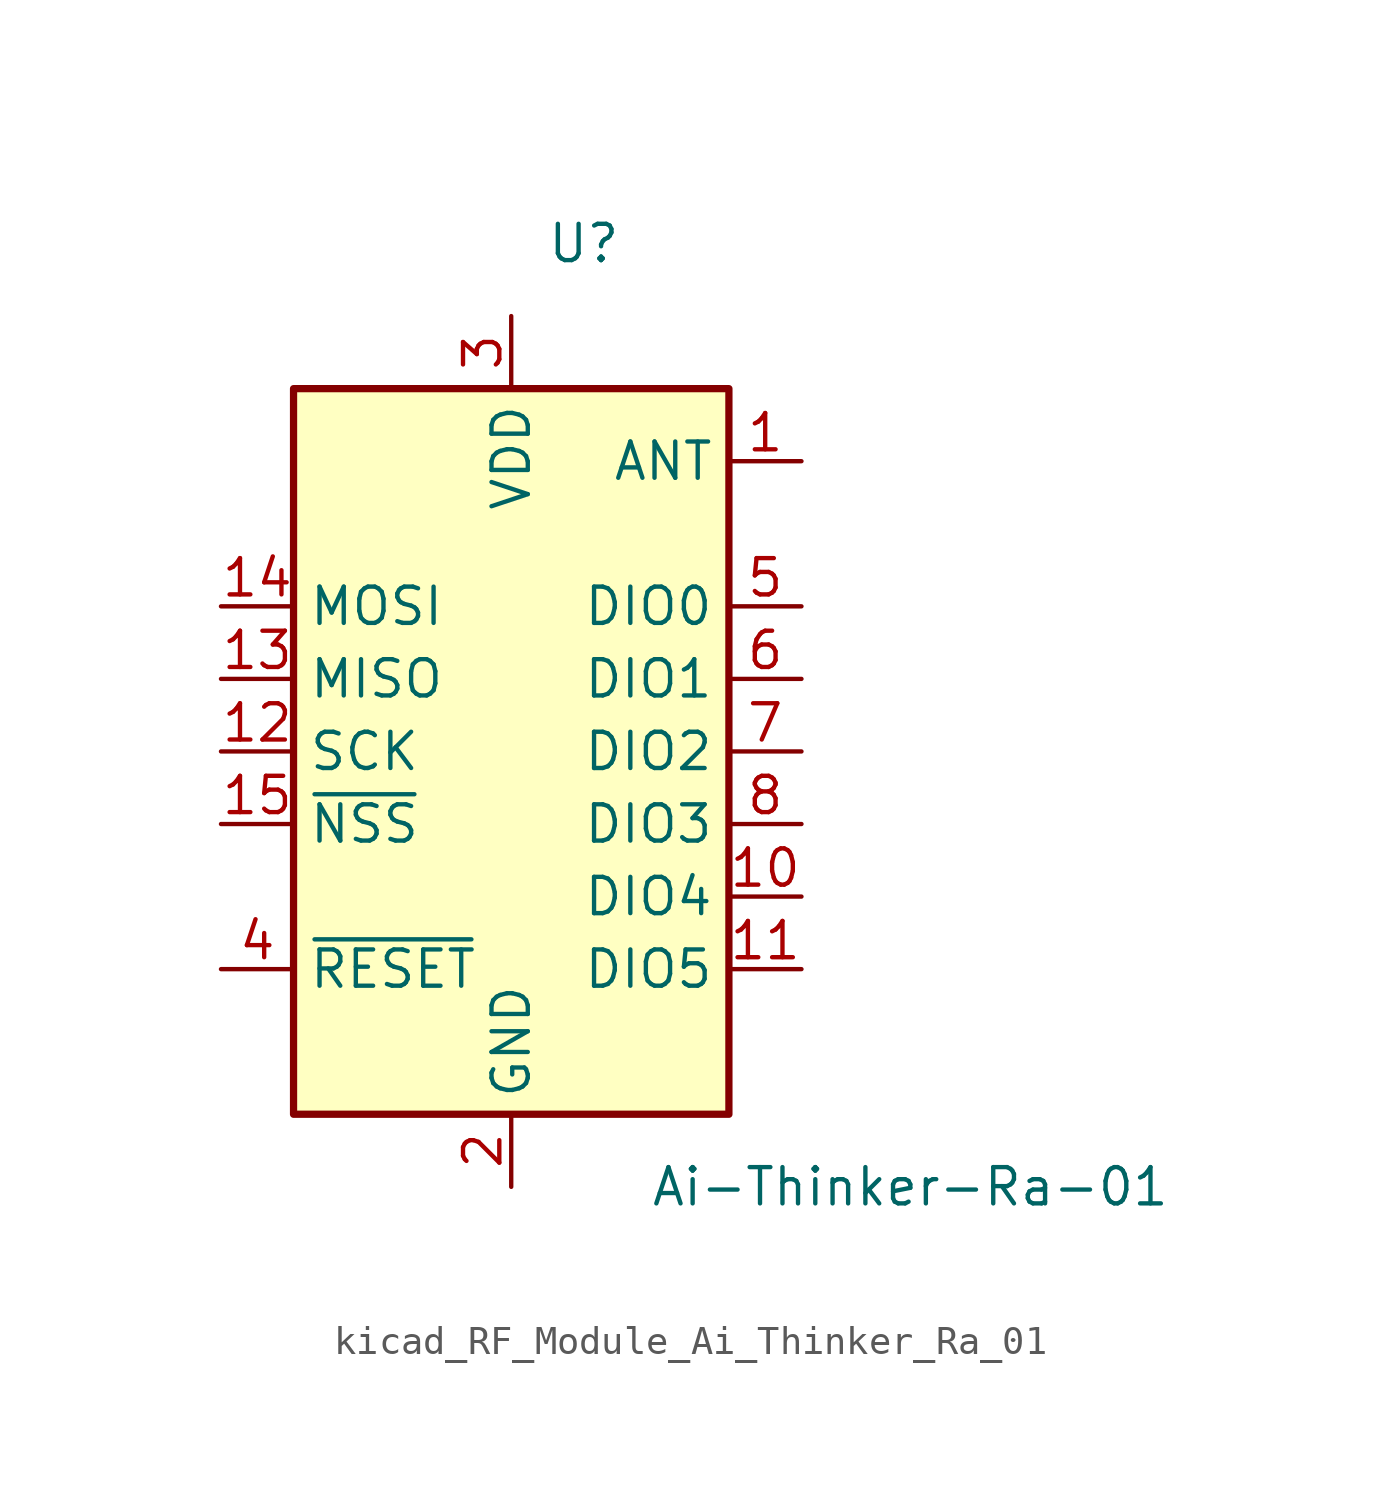
<source format=kicad_sym>
(kicad_symbol_lib
  (version 20220914)
  (generator kicad_symbol_editor)
  (symbol "kicad_RF_Module_Ai_Thinker_Ra_01"
    (property "Reference" "U"
      (at 2.54 17.78 0)
      (effects (font (size 1.27 1.27))))
    (property "Value" "Ai-Thinker-Ra-01"
      (at 13.97 -15.24 0)
      (effects (font (size 1.27 1.27))))
    (symbol "kicad_RF_Module_Ai_Thinker_Ra_01_0_1"
      (rectangle (start -7.62 12.7) (end 7.62 -12.7) (stroke (width 0.254) (type default)) (fill (type background))))
    (symbol "kicad_RF_Module_Ai_Thinker_Ra_01_1_1"
      (pin passive line (at 10.16 10.16 180) (length 2.54) (name "ANT" (effects (font (size 1.27 1.27)))) (number "1" (effects (font (size 1.27 1.27)))))
      (pin bidirectional line (at 10.16 -5.08 180) (length 2.54) (name "DIO4" (effects (font (size 1.27 1.27)))) (number "10" (effects (font (size 1.27 1.27)))))
      (pin bidirectional line (at 10.16 -7.62 180) (length 2.54) (name "DIO5" (effects (font (size 1.27 1.27)))) (number "11" (effects (font (size 1.27 1.27)))))
      (pin input line (at -10.16 0 0) (length 2.54) (name "SCK" (effects (font (size 1.27 1.27)))) (number "12" (effects (font (size 1.27 1.27)))))
      (pin output line (at -10.16 2.54 0) (length 2.54) (name "MISO" (effects (font (size 1.27 1.27)))) (number "13" (effects (font (size 1.27 1.27)))))
      (pin input line (at -10.16 5.08 0) (length 2.54) (name "MOSI" (effects (font (size 1.27 1.27)))) (number "14" (effects (font (size 1.27 1.27)))))
      (pin input line (at -10.16 -2.54 0) (length 2.54) (name "~{NSS}" (effects (font (size 1.27 1.27)))) (number "15" (effects (font (size 1.27 1.27)))))
      (pin passive line (at 0 -15.24 90) (length 2.54) hide (name "GND" (effects (font (size 1.27 1.27)))) (number "16" (effects (font (size 1.27 1.27)))))
      (pin power_in line (at 0 -15.24 90) (length 2.54) (name "GND" (effects (font (size 1.27 1.27)))) (number "2" (effects (font (size 1.27 1.27)))))
      (pin power_in line (at 0 15.24 270) (length 2.54) (name "VDD" (effects (font (size 1.27 1.27)))) (number "3" (effects (font (size 1.27 1.27)))))
      (pin input line (at -10.16 -7.62 0) (length 2.54) (name "~{RESET}" (effects (font (size 1.27 1.27)))) (number "4" (effects (font (size 1.27 1.27)))))
      (pin bidirectional line (at 10.16 5.08 180) (length 2.54) (name "DIO0" (effects (font (size 1.27 1.27)))) (number "5" (effects (font (size 1.27 1.27)))))
      (pin bidirectional line (at 10.16 2.54 180) (length 2.54) (name "DIO1" (effects (font (size 1.27 1.27)))) (number "6" (effects (font (size 1.27 1.27)))))
      (pin bidirectional line (at 10.16 0 180) (length 2.54) (name "DIO2" (effects (font (size 1.27 1.27)))) (number "7" (effects (font (size 1.27 1.27)))))
      (pin bidirectional line (at 10.16 -2.54 180) (length 2.54) (name "DIO3" (effects (font (size 1.27 1.27)))) (number "8" (effects (font (size 1.27 1.27)))))
      (pin passive line (at 0 -15.24 90) (length 2.54) hide (name "GND" (effects (font (size 1.27 1.27)))) (number "9" (effects (font (size 1.27 1.27))))))))
</source>
